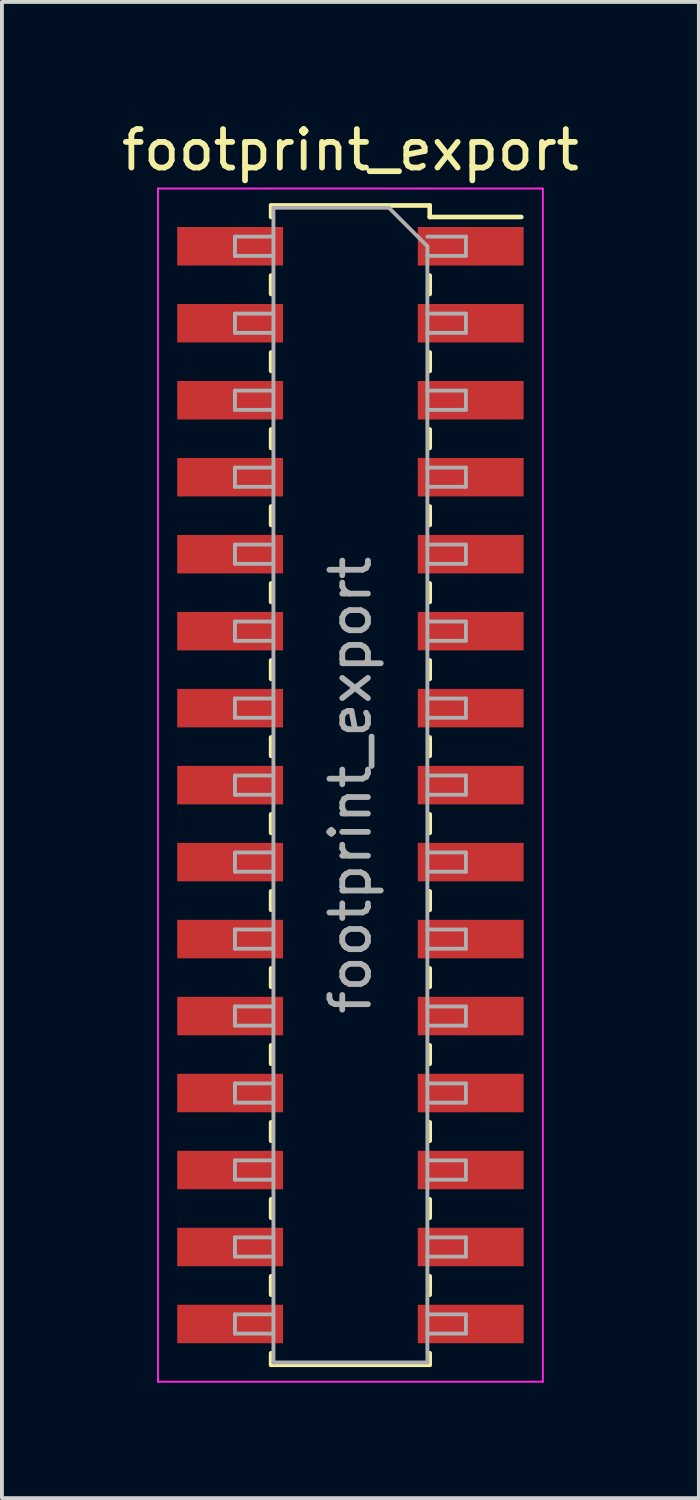
<source format=kicad_pcb>
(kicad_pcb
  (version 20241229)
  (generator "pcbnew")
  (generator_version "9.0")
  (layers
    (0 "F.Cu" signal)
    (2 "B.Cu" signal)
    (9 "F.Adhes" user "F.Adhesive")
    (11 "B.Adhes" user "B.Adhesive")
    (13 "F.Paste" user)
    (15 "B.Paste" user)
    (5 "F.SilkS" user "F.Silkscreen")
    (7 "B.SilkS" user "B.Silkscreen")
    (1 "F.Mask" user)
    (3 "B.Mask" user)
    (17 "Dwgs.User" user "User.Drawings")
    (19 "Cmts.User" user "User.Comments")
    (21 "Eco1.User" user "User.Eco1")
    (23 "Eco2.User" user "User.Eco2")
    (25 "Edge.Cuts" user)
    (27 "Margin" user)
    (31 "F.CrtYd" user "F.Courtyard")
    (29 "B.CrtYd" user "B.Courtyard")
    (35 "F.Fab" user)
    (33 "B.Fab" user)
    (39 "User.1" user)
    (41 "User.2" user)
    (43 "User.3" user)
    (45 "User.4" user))
  (footprint "footprint_export"
    (layer "F.Cu")
    (at 6.054 17.348)
    (property "Reference" "footprint_export" (at 0 -16.5 0) (layer "F.SilkS") (effects (font (size 1 1) (thickness 0.15))))
    (attr smd)
    (fp_line (start -2.06 -15.06) (end -2.06 -14.76) (stroke (width 0.12) (type solid)) (layer "F.SilkS"))
    (fp_line (start -2.06 -15.06) (end 2.06 -15.06) (stroke (width 0.12) (type solid)) (layer "F.SilkS"))
    (fp_line (start -2.06 -13.24) (end -2.06 -12.76) (stroke (width 0.12) (type solid)) (layer "F.SilkS"))
    (fp_line (start -2.06 -11.24) (end -2.06 -10.76) (stroke (width 0.12) (type solid)) (layer "F.SilkS"))
    (fp_line (start -2.06 -9.24) (end -2.06 -8.76) (stroke (width 0.12) (type solid)) (layer "F.SilkS"))
    (fp_line (start -2.06 -7.24) (end -2.06 -6.76) (stroke (width 0.12) (type solid)) (layer "F.SilkS"))
    (fp_line (start -2.06 -5.24) (end -2.06 -4.76) (stroke (width 0.12) (type solid)) (layer "F.SilkS"))
    (fp_line (start -2.06 -3.24) (end -2.06 -2.76) (stroke (width 0.12) (type solid)) (layer "F.SilkS"))
    (fp_line (start -2.06 -1.24) (end -2.06 -0.76) (stroke (width 0.12) (type solid)) (layer "F.SilkS"))
    (fp_line (start -2.06 0.76) (end -2.06 1.24) (stroke (width 0.12) (type solid)) (layer "F.SilkS"))
    (fp_line (start -2.06 2.76) (end -2.06 3.24) (stroke (width 0.12) (type solid)) (layer "F.SilkS"))
    (fp_line (start -2.06 4.76) (end -2.06 5.24) (stroke (width 0.12) (type solid)) (layer "F.SilkS"))
    (fp_line (start -2.06 6.76) (end -2.06 7.24) (stroke (width 0.12) (type solid)) (layer "F.SilkS"))
    (fp_line (start -2.06 8.76) (end -2.06 9.24) (stroke (width 0.12) (type solid)) (layer "F.SilkS"))
    (fp_line (start -2.06 10.76) (end -2.06 11.24) (stroke (width 0.12) (type solid)) (layer "F.SilkS"))
    (fp_line (start -2.06 12.76) (end -2.06 13.24) (stroke (width 0.12) (type solid)) (layer "F.SilkS"))
    (fp_line (start -2.06 14.76) (end -2.06 15.06) (stroke (width 0.12) (type solid)) (layer "F.SilkS"))
    (fp_line (start -2.06 15.06) (end 2.06 15.06) (stroke (width 0.12) (type solid)) (layer "F.SilkS"))
    (fp_line (start 2.06 -15.06) (end 2.06 -14.76) (stroke (width 0.12) (type solid)) (layer "F.SilkS"))
    (fp_line (start 2.06 -14.76) (end 4.44 -14.76) (stroke (width 0.12) (type solid)) (layer "F.SilkS"))
    (fp_line (start 2.06 -13.24) (end 2.06 -12.76) (stroke (width 0.12) (type solid)) (layer "F.SilkS"))
    (fp_line (start 2.06 -11.24) (end 2.06 -10.76) (stroke (width 0.12) (type solid)) (layer "F.SilkS"))
    (fp_line (start 2.06 -9.24) (end 2.06 -8.76) (stroke (width 0.12) (type solid)) (layer "F.SilkS"))
    (fp_line (start 2.06 -7.24) (end 2.06 -6.76) (stroke (width 0.12) (type solid)) (layer "F.SilkS"))
    (fp_line (start 2.06 -5.24) (end 2.06 -4.76) (stroke (width 0.12) (type solid)) (layer "F.SilkS"))
    (fp_line (start 2.06 -3.24) (end 2.06 -2.76) (stroke (width 0.12) (type solid)) (layer "F.SilkS"))
    (fp_line (start 2.06 -1.24) (end 2.06 -0.76) (stroke (width 0.12) (type solid)) (layer "F.SilkS"))
    (fp_line (start 2.06 0.76) (end 2.06 1.24) (stroke (width 0.12) (type solid)) (layer "F.SilkS"))
    (fp_line (start 2.06 2.76) (end 2.06 3.24) (stroke (width 0.12) (type solid)) (layer "F.SilkS"))
    (fp_line (start 2.06 4.76) (end 2.06 5.24) (stroke (width 0.12) (type solid)) (layer "F.SilkS"))
    (fp_line (start 2.06 6.76) (end 2.06 7.24) (stroke (width 0.12) (type solid)) (layer "F.SilkS"))
    (fp_line (start 2.06 8.76) (end 2.06 9.24) (stroke (width 0.12) (type solid)) (layer "F.SilkS"))
    (fp_line (start 2.06 10.76) (end 2.06 11.24) (stroke (width 0.12) (type solid)) (layer "F.SilkS"))
    (fp_line (start 2.06 12.76) (end 2.06 13.24) (stroke (width 0.12) (type solid)) (layer "F.SilkS"))
    (fp_line (start 2.06 14.76) (end 2.06 15.06) (stroke (width 0.12) (type solid)) (layer "F.SilkS"))
    (fp_line (start -5 -15.5) (end 5 -15.5) (stroke (width 0.05) (type solid)) (layer "F.CrtYd"))
    (fp_line (start -5 15.5) (end -5 -15.5) (stroke (width 0.05) (type solid)) (layer "F.CrtYd"))
    (fp_line (start 5 -15.5) (end 5 15.5) (stroke (width 0.05) (type solid)) (layer "F.CrtYd"))
    (fp_line (start 5 15.5) (end -5 15.5) (stroke (width 0.05) (type solid)) (layer "F.CrtYd"))
    (fp_line (start -3 -14.25) (end -2 -14.25) (stroke (width 0.1) (type solid)) (layer "F.Fab"))
    (fp_line (start -3 -13.75) (end -3 -14.25) (stroke (width 0.1) (type solid)) (layer "F.Fab"))
    (fp_line (start -3 -12.25) (end -2 -12.25) (stroke (width 0.1) (type solid)) (layer "F.Fab"))
    (fp_line (start -3 -11.75) (end -3 -12.25) (stroke (width 0.1) (type solid)) (layer "F.Fab"))
    (fp_line (start -3 -10.25) (end -2 -10.25) (stroke (width 0.1) (type solid)) (layer "F.Fab"))
    (fp_line (start -3 -9.75) (end -3 -10.25) (stroke (width 0.1) (type solid)) (layer "F.Fab"))
    (fp_line (start -3 -8.25) (end -2 -8.25) (stroke (width 0.1) (type solid)) (layer "F.Fab"))
    (fp_line (start -3 -7.75) (end -3 -8.25) (stroke (width 0.1) (type solid)) (layer "F.Fab"))
    (fp_line (start -3 -6.25) (end -2 -6.25) (stroke (width 0.1) (type solid)) (layer "F.Fab"))
    (fp_line (start -3 -5.75) (end -3 -6.25) (stroke (width 0.1) (type solid)) (layer "F.Fab"))
    (fp_line (start -3 -4.25) (end -2 -4.25) (stroke (width 0.1) (type solid)) (layer "F.Fab"))
    (fp_line (start -3 -3.75) (end -3 -4.25) (stroke (width 0.1) (type solid)) (layer "F.Fab"))
    (fp_line (start -3 -2.25) (end -2 -2.25) (stroke (width 0.1) (type solid)) (layer "F.Fab"))
    (fp_line (start -3 -1.75) (end -3 -2.25) (stroke (width 0.1) (type solid)) (layer "F.Fab"))
    (fp_line (start -3 -0.25) (end -2 -0.25) (stroke (width 0.1) (type solid)) (layer "F.Fab"))
    (fp_line (start -3 0.25) (end -3 -0.25) (stroke (width 0.1) (type solid)) (layer "F.Fab"))
    (fp_line (start -3 1.75) (end -2 1.75) (stroke (width 0.1) (type solid)) (layer "F.Fab"))
    (fp_line (start -3 2.25) (end -3 1.75) (stroke (width 0.1) (type solid)) (layer "F.Fab"))
    (fp_line (start -3 3.75) (end -2 3.75) (stroke (width 0.1) (type solid)) (layer "F.Fab"))
    (fp_line (start -3 4.25) (end -3 3.75) (stroke (width 0.1) (type solid)) (layer "F.Fab"))
    (fp_line (start -3 5.75) (end -2 5.75) (stroke (width 0.1) (type solid)) (layer "F.Fab"))
    (fp_line (start -3 6.25) (end -3 5.75) (stroke (width 0.1) (type solid)) (layer "F.Fab"))
    (fp_line (start -3 7.75) (end -2 7.75) (stroke (width 0.1) (type solid)) (layer "F.Fab"))
    (fp_line (start -3 8.25) (end -3 7.75) (stroke (width 0.1) (type solid)) (layer "F.Fab"))
    (fp_line (start -3 9.75) (end -2 9.75) (stroke (width 0.1) (type solid)) (layer "F.Fab"))
    (fp_line (start -3 10.25) (end -3 9.75) (stroke (width 0.1) (type solid)) (layer "F.Fab"))
    (fp_line (start -3 11.75) (end -2 11.75) (stroke (width 0.1) (type solid)) (layer "F.Fab"))
    (fp_line (start -3 12.25) (end -3 11.75) (stroke (width 0.1) (type solid)) (layer "F.Fab"))
    (fp_line (start -3 13.75) (end -2 13.75) (stroke (width 0.1) (type solid)) (layer "F.Fab"))
    (fp_line (start -3 14.25) (end -3 13.75) (stroke (width 0.1) (type solid)) (layer "F.Fab"))
    (fp_line (start -2 -15) (end 1 -15) (stroke (width 0.1) (type solid)) (layer "F.Fab"))
    (fp_line (start -2 -13.75) (end -3 -13.75) (stroke (width 0.1) (type solid)) (layer "F.Fab"))
    (fp_line (start -2 -11.75) (end -3 -11.75) (stroke (width 0.1) (type solid)) (layer "F.Fab"))
    (fp_line (start -2 -9.75) (end -3 -9.75) (stroke (width 0.1) (type solid)) (layer "F.Fab"))
    (fp_line (start -2 -7.75) (end -3 -7.75) (stroke (width 0.1) (type solid)) (layer "F.Fab"))
    (fp_line (start -2 -5.75) (end -3 -5.75) (stroke (width 0.1) (type solid)) (layer "F.Fab"))
    (fp_line (start -2 -3.75) (end -3 -3.75) (stroke (width 0.1) (type solid)) (layer "F.Fab"))
    (fp_line (start -2 -1.75) (end -3 -1.75) (stroke (width 0.1) (type solid)) (layer "F.Fab"))
    (fp_line (start -2 0.25) (end -3 0.25) (stroke (width 0.1) (type solid)) (layer "F.Fab"))
    (fp_line (start -2 2.25) (end -3 2.25) (stroke (width 0.1) (type solid)) (layer "F.Fab"))
    (fp_line (start -2 4.25) (end -3 4.25) (stroke (width 0.1) (type solid)) (layer "F.Fab"))
    (fp_line (start -2 6.25) (end -3 6.25) (stroke (width 0.1) (type solid)) (layer "F.Fab"))
    (fp_line (start -2 8.25) (end -3 8.25) (stroke (width 0.1) (type solid)) (layer "F.Fab"))
    (fp_line (start -2 10.25) (end -3 10.25) (stroke (width 0.1) (type solid)) (layer "F.Fab"))
    (fp_line (start -2 12.25) (end -3 12.25) (stroke (width 0.1) (type solid)) (layer "F.Fab"))
    (fp_line (start -2 14.25) (end -3 14.25) (stroke (width 0.1) (type solid)) (layer "F.Fab"))
    (fp_line (start -2 15) (end -2 -15) (stroke (width 0.1) (type solid)) (layer "F.Fab"))
    (fp_line (start 1 -15) (end 2 -14) (stroke (width 0.1) (type solid)) (layer "F.Fab"))
    (fp_line (start 2 -14.25) (end 3 -14.25) (stroke (width 0.1) (type solid)) (layer "F.Fab"))
    (fp_line (start 2 -14) (end 2 15) (stroke (width 0.1) (type solid)) (layer "F.Fab"))
    (fp_line (start 2 -12.25) (end 3 -12.25) (stroke (width 0.1) (type solid)) (layer "F.Fab"))
    (fp_line (start 2 -10.25) (end 3 -10.25) (stroke (width 0.1) (type solid)) (layer "F.Fab"))
    (fp_line (start 2 -8.25) (end 3 -8.25) (stroke (width 0.1) (type solid)) (layer "F.Fab"))
    (fp_line (start 2 -6.25) (end 3 -6.25) (stroke (width 0.1) (type solid)) (layer "F.Fab"))
    (fp_line (start 2 -4.25) (end 3 -4.25) (stroke (width 0.1) (type solid)) (layer "F.Fab"))
    (fp_line (start 2 -2.25) (end 3 -2.25) (stroke (width 0.1) (type solid)) (layer "F.Fab"))
    (fp_line (start 2 -0.25) (end 3 -0.25) (stroke (width 0.1) (type solid)) (layer "F.Fab"))
    (fp_line (start 2 1.75) (end 3 1.75) (stroke (width 0.1) (type solid)) (layer "F.Fab"))
    (fp_line (start 2 3.75) (end 3 3.75) (stroke (width 0.1) (type solid)) (layer "F.Fab"))
    (fp_line (start 2 5.75) (end 3 5.75) (stroke (width 0.1) (type solid)) (layer "F.Fab"))
    (fp_line (start 2 7.75) (end 3 7.75) (stroke (width 0.1) (type solid)) (layer "F.Fab"))
    (fp_line (start 2 9.75) (end 3 9.75) (stroke (width 0.1) (type solid)) (layer "F.Fab"))
    (fp_line (start 2 11.75) (end 3 11.75) (stroke (width 0.1) (type solid)) (layer "F.Fab"))
    (fp_line (start 2 13.75) (end 3 13.75) (stroke (width 0.1) (type solid)) (layer "F.Fab"))
    (fp_line (start 2 15) (end -2 15) (stroke (width 0.1) (type solid)) (layer "F.Fab"))
    (fp_line (start 3 -14.25) (end 3 -13.75) (stroke (width 0.1) (type solid)) (layer "F.Fab"))
    (fp_line (start 3 -13.75) (end 2 -13.75) (stroke (width 0.1) (type solid)) (layer "F.Fab"))
    (fp_line (start 3 -12.25) (end 3 -11.75) (stroke (width 0.1) (type solid)) (layer "F.Fab"))
    (fp_line (start 3 -11.75) (end 2 -11.75) (stroke (width 0.1) (type solid)) (layer "F.Fab"))
    (fp_line (start 3 -10.25) (end 3 -9.75) (stroke (width 0.1) (type solid)) (layer "F.Fab"))
    (fp_line (start 3 -9.75) (end 2 -9.75) (stroke (width 0.1) (type solid)) (layer "F.Fab"))
    (fp_line (start 3 -8.25) (end 3 -7.75) (stroke (width 0.1) (type solid)) (layer "F.Fab"))
    (fp_line (start 3 -7.75) (end 2 -7.75) (stroke (width 0.1) (type solid)) (layer "F.Fab"))
    (fp_line (start 3 -6.25) (end 3 -5.75) (stroke (width 0.1) (type solid)) (layer "F.Fab"))
    (fp_line (start 3 -5.75) (end 2 -5.75) (stroke (width 0.1) (type solid)) (layer "F.Fab"))
    (fp_line (start 3 -4.25) (end 3 -3.75) (stroke (width 0.1) (type solid)) (layer "F.Fab"))
    (fp_line (start 3 -3.75) (end 2 -3.75) (stroke (width 0.1) (type solid)) (layer "F.Fab"))
    (fp_line (start 3 -2.25) (end 3 -1.75) (stroke (width 0.1) (type solid)) (layer "F.Fab"))
    (fp_line (start 3 -1.75) (end 2 -1.75) (stroke (width 0.1) (type solid)) (layer "F.Fab"))
    (fp_line (start 3 -0.25) (end 3 0.25) (stroke (width 0.1) (type solid)) (layer "F.Fab"))
    (fp_line (start 3 0.25) (end 2 0.25) (stroke (width 0.1) (type solid)) (layer "F.Fab"))
    (fp_line (start 3 1.75) (end 3 2.25) (stroke (width 0.1) (type solid)) (layer "F.Fab"))
    (fp_line (start 3 2.25) (end 2 2.25) (stroke (width 0.1) (type solid)) (layer "F.Fab"))
    (fp_line (start 3 3.75) (end 3 4.25) (stroke (width 0.1) (type solid)) (layer "F.Fab"))
    (fp_line (start 3 4.25) (end 2 4.25) (stroke (width 0.1) (type solid)) (layer "F.Fab"))
    (fp_line (start 3 5.75) (end 3 6.25) (stroke (width 0.1) (type solid)) (layer "F.Fab"))
    (fp_line (start 3 6.25) (end 2 6.25) (stroke (width 0.1) (type solid)) (layer "F.Fab"))
    (fp_line (start 3 7.75) (end 3 8.25) (stroke (width 0.1) (type solid)) (layer "F.Fab"))
    (fp_line (start 3 8.25) (end 2 8.25) (stroke (width 0.1) (type solid)) (layer "F.Fab"))
    (fp_line (start 3 9.75) (end 3 10.25) (stroke (width 0.1) (type solid)) (layer "F.Fab"))
    (fp_line (start 3 10.25) (end 2 10.25) (stroke (width 0.1) (type solid)) (layer "F.Fab"))
    (fp_line (start 3 11.75) (end 3 12.25) (stroke (width 0.1) (type solid)) (layer "F.Fab"))
    (fp_line (start 3 12.25) (end 2 12.25) (stroke (width 0.1) (type solid)) (layer "F.Fab"))
    (fp_line (start 3 13.75) (end 3 14.25) (stroke (width 0.1) (type solid)) (layer "F.Fab"))
    (fp_line (start 3 14.25) (end 2 14.25) (stroke (width 0.1) (type solid)) (layer "F.Fab"))
    (fp_text user "${REFERENCE}" (at 0 0 90) (layer "F.Fab") (effects (font (size 1 1) (thickness 0.15))))
    (pad "1" smd rect (at 3.125 -14) (size 2.75 1) (layers "F.Cu" "F.Mask" "F.Paste"))
    (pad "2" smd rect (at -3.125 -14) (size 2.75 1) (layers "F.Cu" "F.Mask" "F.Paste"))
    (pad "3" smd rect (at 3.125 -12) (size 2.75 1) (layers "F.Cu" "F.Mask" "F.Paste"))
    (pad "4" smd rect (at -3.125 -12) (size 2.75 1) (layers "F.Cu" "F.Mask" "F.Paste"))
    (pad "5" smd rect (at 3.125 -10) (size 2.75 1) (layers "F.Cu" "F.Mask" "F.Paste"))
    (pad "6" smd rect (at -3.125 -10) (size 2.75 1) (layers "F.Cu" "F.Mask" "F.Paste"))
    (pad "7" smd rect (at 3.125 -8) (size 2.75 1) (layers "F.Cu" "F.Mask" "F.Paste"))
    (pad "8" smd rect (at -3.125 -8) (size 2.75 1) (layers "F.Cu" "F.Mask" "F.Paste"))
    (pad "9" smd rect (at 3.125 -6) (size 2.75 1) (layers "F.Cu" "F.Mask" "F.Paste"))
    (pad "10" smd rect (at -3.125 -6) (size 2.75 1) (layers "F.Cu" "F.Mask" "F.Paste"))
    (pad "11" smd rect (at 3.125 -4) (size 2.75 1) (layers "F.Cu" "F.Mask" "F.Paste"))
    (pad "12" smd rect (at -3.125 -4) (size 2.75 1) (layers "F.Cu" "F.Mask" "F.Paste"))
    (pad "13" smd rect (at 3.125 -2) (size 2.75 1) (layers "F.Cu" "F.Mask" "F.Paste"))
    (pad "14" smd rect (at -3.125 -2) (size 2.75 1) (layers "F.Cu" "F.Mask" "F.Paste"))
    (pad "15" smd rect (at 3.125 0) (size 2.75 1) (layers "F.Cu" "F.Mask" "F.Paste"))
    (pad "16" smd rect (at -3.125 0) (size 2.75 1) (layers "F.Cu" "F.Mask" "F.Paste"))
    (pad "17" smd rect (at 3.125 2) (size 2.75 1) (layers "F.Cu" "F.Mask" "F.Paste"))
    (pad "18" smd rect (at -3.125 2) (size 2.75 1) (layers "F.Cu" "F.Mask" "F.Paste"))
    (pad "19" smd rect (at 3.125 4) (size 2.75 1) (layers "F.Cu" "F.Mask" "F.Paste"))
    (pad "20" smd rect (at -3.125 4) (size 2.75 1) (layers "F.Cu" "F.Mask" "F.Paste"))
    (pad "21" smd rect (at 3.125 6) (size 2.75 1) (layers "F.Cu" "F.Mask" "F.Paste"))
    (pad "22" smd rect (at -3.125 6) (size 2.75 1) (layers "F.Cu" "F.Mask" "F.Paste"))
    (pad "23" smd rect (at 3.125 8) (size 2.75 1) (layers "F.Cu" "F.Mask" "F.Paste"))
    (pad "24" smd rect (at -3.125 8) (size 2.75 1) (layers "F.Cu" "F.Mask" "F.Paste"))
    (pad "25" smd rect (at 3.125 10) (size 2.75 1) (layers "F.Cu" "F.Mask" "F.Paste"))
    (pad "26" smd rect (at -3.125 10) (size 2.75 1) (layers "F.Cu" "F.Mask" "F.Paste"))
    (pad "27" smd rect (at 3.125 12) (size 2.75 1) (layers "F.Cu" "F.Mask" "F.Paste"))
    (pad "28" smd rect (at -3.125 12) (size 2.75 1) (layers "F.Cu" "F.Mask" "F.Paste"))
    (pad "29" smd rect (at 3.125 14) (size 2.75 1) (layers "F.Cu" "F.Mask" "F.Paste"))
    (pad "30" smd rect (at -3.125 14) (size 2.75 1) (layers "F.Cu" "F.Mask" "F.Paste")))
  (gr_rect
    (start -3 -3)
    (end 15.107 35.873)
    (stroke (width 0.1) (type default))
    (fill no)
    (layer "Edge.Cuts")))
</source>
